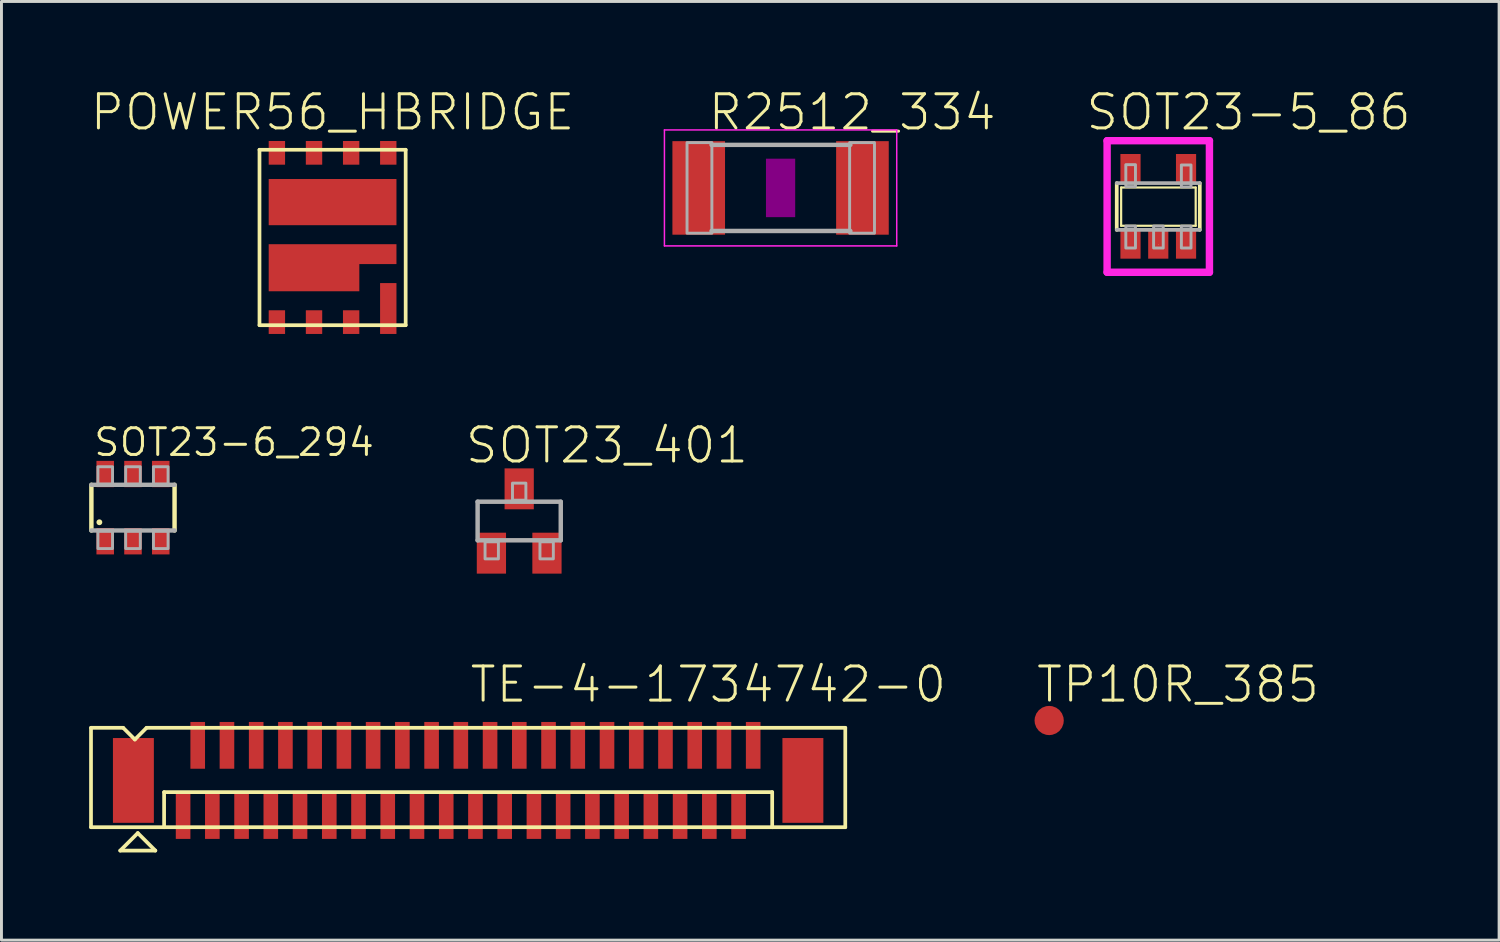
<source format=kicad_pcb>
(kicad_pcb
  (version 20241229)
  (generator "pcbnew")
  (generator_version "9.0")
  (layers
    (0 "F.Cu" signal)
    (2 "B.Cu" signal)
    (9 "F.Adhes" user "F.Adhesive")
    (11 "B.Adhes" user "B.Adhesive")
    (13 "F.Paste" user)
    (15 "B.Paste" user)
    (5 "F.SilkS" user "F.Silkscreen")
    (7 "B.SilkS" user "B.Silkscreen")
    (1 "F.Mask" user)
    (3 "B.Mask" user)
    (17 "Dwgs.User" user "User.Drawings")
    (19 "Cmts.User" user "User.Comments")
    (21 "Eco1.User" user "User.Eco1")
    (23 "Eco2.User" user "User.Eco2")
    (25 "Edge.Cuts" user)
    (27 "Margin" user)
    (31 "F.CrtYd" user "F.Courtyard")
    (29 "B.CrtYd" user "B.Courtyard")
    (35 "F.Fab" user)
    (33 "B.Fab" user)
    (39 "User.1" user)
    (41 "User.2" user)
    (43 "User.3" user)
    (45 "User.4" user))
  (footprint "TP10R_385"
    (layer "F.Cu")
    (at 32.837 21.595)
    (property "Reference" "TP10R_385" (at -0.5 -0.55 0) (unlocked yes) (layer "F.SilkS") (effects (font (size 1.168 1.168) (thickness 0.102)) (justify left bottom)))
    (pad "TP" smd roundrect (at 0 0) (size 1 1) (layers "F.Cu" "F.Mask") (roundrect_rratio 0.5)))
  (footprint "SOT23-5_86"
    (layer "F.Cu")
    (at 36.569 4.013)
    (property "Reference" "SOT23-5_86" (at -2.54 -2.54 0) (unlocked yes) (layer "F.SilkS") (effects (font (size 1.168 1.168) (thickness 0.102)) (justify left bottom)))
    (fp_line (start -1.42 0.8) (end -1.42 -0.8) (stroke (width 0.127) (type solid)) (layer "F.SilkS"))
    (fp_line (start -1.27 -0.65) (end 1.28 -0.65) (stroke (width 0.075) (type solid)) (layer "F.SilkS"))
    (fp_line (start -1.27 0.66) (end -1.27 -0.65) (stroke (width 0.075) (type solid)) (layer "F.SilkS"))
    (fp_line (start 0 1.29) (end 0 1.3) (stroke (width 0.01) (type solid)) (layer "F.SilkS"))
    (fp_line (start 1.28 -0.65) (end 1.28 0.66) (stroke (width 0.075) (type solid)) (layer "F.SilkS"))
    (fp_line (start 1.28 0.66) (end -1.27 0.66) (stroke (width 0.075) (type solid)) (layer "F.SilkS"))
    (fp_line (start 1.42 -0.8) (end 1.42 0.8) (stroke (width 0.127) (type solid)) (layer "F.SilkS"))
    (fp_line (start -1.75 -2.25) (end 1.75 -2.25) (stroke (width 0.254) (type solid)) (layer "F.CrtYd"))
    (fp_line (start -1.75 2.25) (end -1.75 -2.25) (stroke (width 0.254) (type solid)) (layer "F.CrtYd"))
    (fp_line (start 1.75 -2.25) (end 1.75 2.25) (stroke (width 0.254) (type solid)) (layer "F.CrtYd"))
    (fp_line (start 1.75 2.25) (end -1.75 2.25) (stroke (width 0.254) (type solid)) (layer "F.CrtYd"))
    (fp_line (start -1.42 -0.8) (end 1.42 -0.8) (stroke (width 0.127) (type solid)) (layer "F.Fab"))
    (fp_line (start 1.42 0.8) (end -1.42 0.8) (stroke (width 0.127) (type solid)) (layer "F.Fab"))
    (fp_poly (pts (xy -1.11 -0.68) (xy -0.78 -0.68) (xy -0.78 -1.43) (xy -1.11 -1.43)) (stroke (width 0.1) (type default)) (fill no) (layer "F.Fab"))
    (fp_poly (pts (xy -1.11 1.42) (xy -0.78 1.42) (xy -0.78 0.67) (xy -1.11 0.67)) (stroke (width 0.1) (type default)) (fill no) (layer "F.Fab"))
    (fp_poly (pts (xy -0.16 1.42) (xy 0.17 1.42) (xy 0.17 0.67) (xy -0.16 0.67)) (stroke (width 0.1) (type default)) (fill no) (layer "F.Fab"))
    (fp_poly (pts (xy 0.79 -0.67) (xy 1.12 -0.67) (xy 1.12 -1.42) (xy 0.79 -1.42)) (stroke (width 0.1) (type default)) (fill no) (layer "F.Fab"))
    (fp_poly (pts (xy 0.79 1.42) (xy 1.12 1.42) (xy 1.12 0.67) (xy 0.79 0.67)) (stroke (width 0.1) (type default)) (fill no) (layer "F.Fab"))
    (pad "1" smd rect (at -0.95 1.29) (size 0.69 0.99) (layers "F.Cu" "F.Mask" "F.Paste"))
    (pad "2" smd rect (at 0 1.29) (size 0.69 0.99) (layers "F.Cu" "F.Mask" "F.Paste"))
    (pad "3" smd rect (at 0.95 1.29) (size 0.69 0.99) (layers "F.Cu" "F.Mask" "F.Paste"))
    (pad "4" smd rect (at 0.95 -1.3) (size 0.69 0.99) (layers "F.Cu" "F.Mask" "F.Paste"))
    (pad "5" smd rect (at -0.95 -1.3) (size 0.69 0.99) (layers "F.Cu" "F.Mask" "F.Paste")))
  (footprint "SOT23-6_294"
    (layer "F.Cu")
    (at 1.499 14.314)
    (property "Reference" "SOT23-6_294" (at -1.397 -1.702 0) (unlocked yes) (layer "F.SilkS") (effects (font (size 0.914 0.914) (thickness 0.102)) (justify left bottom)))
    (fp_line (start -1.423 0.781) (end -1.423 -0.781) (stroke (width 0.152) (type solid)) (layer "F.SilkS"))
    (fp_line (start 1.422 -0.781) (end 1.422 0.781) (stroke (width 0.152) (type solid)) (layer "F.SilkS"))
    (fp_circle (center -1.15 0.5) (end -1.1 0.5) (stroke (width 0.1) (type solid)) (fill yes) (layer "F.SilkS"))
    (fp_line (start -1.423 -0.781) (end 1.422 -0.781) (stroke (width 0.152) (type solid)) (layer "F.Fab"))
    (fp_line (start 1.422 0.781) (end -1.423 0.781) (stroke (width 0.152) (type solid)) (layer "F.Fab"))
    (fp_poly (pts (xy -1.2 -0.8) (xy -0.7 -0.8) (xy -0.7 -1.4) (xy -1.2 -1.4)) (stroke (width 0.1) (type default)) (fill no) (layer "F.Fab"))
    (fp_poly (pts (xy -1.2 1.4) (xy -0.7 1.4) (xy -0.7 0.8) (xy -1.2 0.8)) (stroke (width 0.1) (type default)) (fill no) (layer "F.Fab"))
    (fp_poly (pts (xy -0.25 -0.8) (xy 0.25 -0.8) (xy 0.25 -1.4) (xy -0.25 -1.4)) (stroke (width 0.1) (type default)) (fill no) (layer "F.Fab"))
    (fp_poly (pts (xy -0.25 1.4) (xy 0.25 1.4) (xy 0.25 0.8) (xy -0.25 0.8)) (stroke (width 0.1) (type default)) (fill no) (layer "F.Fab"))
    (fp_poly (pts (xy 0.7 -0.8) (xy 1.2 -0.8) (xy 1.2 -1.4) (xy 0.7 -1.4)) (stroke (width 0.1) (type default)) (fill no) (layer "F.Fab"))
    (fp_poly (pts (xy 0.7 1.4) (xy 1.2 1.4) (xy 1.2 0.8) (xy 0.7 0.8)) (stroke (width 0.1) (type default)) (fill no) (layer "F.Fab"))
    (pad "1" smd rect (at -0.95 1.15) (size 0.6 0.9) (layers "F.Cu" "F.Mask" "F.Paste"))
    (pad "2" smd rect (at 0 1.15) (size 0.6 0.9) (layers "F.Cu" "F.Mask" "F.Paste"))
    (pad "3" smd rect (at 0.95 1.15) (size 0.6 0.9) (layers "F.Cu" "F.Mask" "F.Paste"))
    (pad "4" smd rect (at 0.95 -1.15) (size 0.6 0.9) (layers "F.Cu" "F.Mask" "F.Paste"))
    (pad "5" smd rect (at 0 -1.15) (size 0.6 0.9) (layers "F.Cu" "F.Mask" "F.Paste"))
    (pad "6" smd rect (at -0.95 -1.15) (size 0.6 0.9) (layers "F.Cu" "F.Mask" "F.Paste")))
  (footprint "R2512_334"
    (layer "F.Cu")
    (at 23.65 3.378)
    (property "Reference" "R2512_334" (at -2.54 -1.905 0) (unlocked yes) (layer "F.SilkS") (effects (font (size 1.168 1.168) (thickness 0.102)) (justify left bottom)))
    (fp_poly (pts (xy -0.5 1) (xy 0.5 1) (xy 0.5 -1) (xy -0.5 -1)) (stroke (width 0) (type default)) (fill yes) (layer "F.Adhes"))
    (fp_line (start -3.973 -1.983) (end 3.973 -1.983) (stroke (width 0.051) (type solid)) (layer "F.CrtYd"))
    (fp_line (start -3.973 1.983) (end -3.973 -1.983) (stroke (width 0.051) (type solid)) (layer "F.CrtYd"))
    (fp_line (start 3.973 -1.983) (end 3.973 1.983) (stroke (width 0.051) (type solid)) (layer "F.CrtYd"))
    (fp_line (start 3.973 1.983) (end -3.973 1.983) (stroke (width 0.051) (type solid)) (layer "F.CrtYd"))
    (fp_line (start -2.362 -1.473) (end 2.387 -1.473) (stroke (width 0.152) (type solid)) (layer "F.Fab"))
    (fp_line (start -2.362 1.473) (end 2.387 1.473) (stroke (width 0.152) (type solid)) (layer "F.Fab"))
    (fp_poly (pts (xy -3.2 1.549) (xy -2.35 1.549) (xy -2.35 -1.551) (xy -3.2 -1.551)) (stroke (width 0.1) (type default)) (fill no) (layer "F.Fab"))
    (fp_poly (pts (xy 2.362 1.549) (xy 3.212 1.549) (xy 3.212 -1.551) (xy 2.362 -1.551)) (stroke (width 0.1) (type default)) (fill no) (layer "F.Fab"))
    (pad "1" smd rect (at -2.8 0) (size 1.8 3.2) (layers "F.Cu" "F.Mask" "F.Paste"))
    (pad "2" smd rect (at 2.8 0) (size 1.8 3.2) (layers "F.Cu" "F.Mask" "F.Paste")))
  (footprint "SOT23_401"
    (layer "F.Cu")
    (at 14.709 14.771)
    (property "Reference" "SOT23_401" (at -1.905 -1.905 0) (unlocked yes) (layer "F.SilkS") (effects (font (size 1.168 1.168) (thickness 0.102)) (justify left bottom)))
    (fp_line (start -1.422 -0.66) (end 1.422 -0.66) (stroke (width 0.152) (type solid)) (layer "F.Fab"))
    (fp_line (start -1.422 0.66) (end -1.422 -0.66) (stroke (width 0.152) (type solid)) (layer "F.Fab"))
    (fp_line (start 1.422 -0.66) (end 1.422 0.66) (stroke (width 0.152) (type solid)) (layer "F.Fab"))
    (fp_line (start 1.422 0.66) (end -1.422 0.66) (stroke (width 0.152) (type solid)) (layer "F.Fab"))
    (fp_poly (pts (xy -1.168 1.295) (xy -0.711 1.295) (xy -0.711 0.711) (xy -1.168 0.711)) (stroke (width 0.1) (type default)) (fill no) (layer "F.Fab"))
    (fp_poly (pts (xy -0.229 -0.711) (xy 0.229 -0.711) (xy 0.229 -1.295) (xy -0.229 -1.295)) (stroke (width 0.1) (type default)) (fill no) (layer "F.Fab"))
    (fp_poly (pts (xy 0.711 1.295) (xy 1.168 1.295) (xy 1.168 0.711) (xy 0.711 0.711)) (stroke (width 0.1) (type default)) (fill no) (layer "F.Fab"))
    (pad "1" smd rect (at -0.95 1.1) (size 1 1.4) (layers "F.Cu" "F.Mask" "F.Paste"))
    (pad "2" smd rect (at 0.95 1.1) (size 1 1.4) (layers "F.Cu" "F.Mask" "F.Paste"))
    (pad "3" smd rect (at 0 -1.1) (size 1 1.4) (layers "F.Cu" "F.Mask" "F.Paste")))
  (footprint "POWER56_HBRIDGE"
    (layer "F.Cu")
    (at 8.326 5.073)
    (property "Reference" "POWER56_HBRIDGE" (at 0 -3.6 0) (unlocked yes) (layer "F.SilkS") (effects (font (size 1.168 1.168) (thickness 0.102)) (justify bottom)))
    (fp_poly (pts (xy 2.185 0.91) (xy 0.915 0.91) (xy 0.915 1.84) (xy -2.185 1.84) (xy -2.185 0.23) (xy 2.185 0.23)) (stroke (width 0) (type default)) (fill yes) (layer "F.Cu"))
    (fp_poly (pts (xy -2.21 -2.47) (xy -1.6 -2.47) (xy -1.6 -3.32) (xy -2.21 -3.32)) (stroke (width 0) (type default)) (fill yes) (layer "F.Mask"))
    (fp_poly (pts (xy -2.21 -0.4) (xy 2.21 -0.4) (xy 2.21 -2.02) (xy -2.21 -2.02)) (stroke (width 0) (type default)) (fill yes) (layer "F.Mask"))
    (fp_poly (pts (xy -2.21 1.86) (xy 0.94 1.86) (xy 0.94 0.21) (xy -2.21 0.21)) (stroke (width 0) (type default)) (fill yes) (layer "F.Mask"))
    (fp_poly (pts (xy -2.21 3.32) (xy -1.6 3.32) (xy -1.6 2.47) (xy -2.21 2.47)) (stroke (width 0) (type default)) (fill yes) (layer "F.Mask"))
    (fp_poly (pts (xy -0.94 -2.47) (xy -0.33 -2.47) (xy -0.33 -3.32) (xy -0.94 -3.32)) (stroke (width 0) (type default)) (fill yes) (layer "F.Mask"))
    (fp_poly (pts (xy -0.94 3.32) (xy -0.33 3.32) (xy -0.33 2.47) (xy -0.94 2.47)) (stroke (width 0) (type default)) (fill yes) (layer "F.Mask"))
    (fp_poly (pts (xy 0.33 -2.47) (xy 0.94 -2.47) (xy 0.94 -3.32) (xy 0.33 -3.32)) (stroke (width 0) (type default)) (fill yes) (layer "F.Mask"))
    (fp_poly (pts (xy 0.33 3.32) (xy 0.94 3.32) (xy 0.94 2.47) (xy 0.33 2.47)) (stroke (width 0) (type default)) (fill yes) (layer "F.Mask"))
    (fp_poly (pts (xy 0.94 0.93) (xy 2.21 0.93) (xy 2.21 0.21) (xy 0.94 0.21)) (stroke (width 0) (type default)) (fill yes) (layer "F.Mask"))
    (fp_poly (pts (xy 1.6 -2.47) (xy 2.21 -2.47) (xy 2.21 -3.32) (xy 1.6 -3.32)) (stroke (width 0) (type default)) (fill yes) (layer "F.Mask"))
    (fp_poly (pts (xy 1.6 3.32) (xy 2.21 3.32) (xy 2.21 1.54) (xy 1.6 1.54)) (stroke (width 0) (type default)) (fill yes) (layer "F.Mask"))
    (fp_line (start -2.5 -3) (end -2.5 3) (stroke (width 0.127) (type solid)) (layer "F.SilkS"))
    (fp_line (start -2.5 3) (end 2.5 3) (stroke (width 0.127) (type solid)) (layer "F.SilkS"))
    (fp_line (start 2.5 -3) (end -2.5 -3) (stroke (width 0.127) (type solid)) (layer "F.SilkS"))
    (fp_line (start 2.5 3) (end 2.5 -3) (stroke (width 0.127) (type solid)) (layer "F.SilkS"))
    (fp_poly (pts (xy -2.16 -2.51) (xy -1.65 -2.51) (xy -1.65 -3.28) (xy -2.16 -3.28)) (stroke (width 0) (type default)) (fill yes) (layer "F.Paste"))
    (fp_poly (pts (xy -2.16 3.28) (xy -1.65 3.28) (xy -1.65 2.51) (xy -2.16 2.51)) (stroke (width 0) (type default)) (fill yes) (layer "F.Paste"))
    (fp_poly (pts (xy -2.14 -0.46) (xy 2.14 -0.46) (xy 2.14 -1.96) (xy -2.14 -1.96)) (stroke (width 0) (type default)) (fill yes) (layer "F.Paste"))
    (fp_poly (pts (xy -2.14 1.8) (xy 0.87 1.8) (xy 0.87 0.27) (xy -2.14 0.27)) (stroke (width 0) (type default)) (fill yes) (layer "F.Paste"))
    (fp_poly (pts (xy -0.89 -2.51) (xy -0.38 -2.51) (xy -0.38 -3.28) (xy -0.89 -3.28)) (stroke (width 0) (type default)) (fill yes) (layer "F.Paste"))
    (fp_poly (pts (xy -0.89 3.28) (xy -0.38 3.28) (xy -0.38 2.51) (xy -0.89 2.51)) (stroke (width 0) (type default)) (fill yes) (layer "F.Paste"))
    (fp_poly (pts (xy 0.38 -2.51) (xy 0.89 -2.51) (xy 0.89 -3.28) (xy 0.38 -3.28)) (stroke (width 0) (type default)) (fill yes) (layer "F.Paste"))
    (fp_poly (pts (xy 0.38 3.28) (xy 0.89 3.28) (xy 0.89 2.51) (xy 0.38 2.51)) (stroke (width 0) (type default)) (fill yes) (layer "F.Paste"))
    (fp_poly (pts (xy 0.87 0.87) (xy 2.14 0.87) (xy 2.14 0.27) (xy 0.87 0.27)) (stroke (width 0) (type default)) (fill yes) (layer "F.Paste"))
    (fp_poly (pts (xy 1.65 -2.51) (xy 2.16 -2.51) (xy 2.16 -3.28) (xy 1.65 -3.28)) (stroke (width 0) (type default)) (fill yes) (layer "F.Paste"))
    (fp_poly (pts (xy 1.65 3.28) (xy 2.16 3.28) (xy 2.16 1.58) (xy 1.65 1.58)) (stroke (width 0) (type default)) (fill yes) (layer "F.Paste"))
    (pad "1" smd rect (at 1.905 -2.895) (size 0.56 0.81) (layers "F.Cu"))
    (pad "2" smd rect (at 0.635 -2.895) (size 0.56 0.81) (layers "F.Cu"))
    (pad "3" smd rect (at -0.635 -2.895) (size 0.56 0.81) (layers "F.Cu"))
    (pad "4" smd rect (at -1.905 -2.895) (size 0.56 0.81) (layers "F.Cu"))
    (pad "5" smd rect (at -1.905 2.895) (size 0.56 0.81) (layers "F.Cu"))
    (pad "6" smd rect (at -0.635 2.895) (size 0.56 0.81) (layers "F.Cu"))
    (pad "7" smd rect (at 0.635 2.895) (size 0.56 0.81) (layers "F.Cu"))
    (pad "8" smd rect (at 1.905 2.43) (size 0.56 1.74) (layers "F.Cu"))
    (pad "D1" smd rect (at 0 -1.21) (size 4.37 1.58) (layers "F.Cu"))
    (pad "S2" smd rect (at 0 1) (size 0.5 0.5) (layers "F.Cu")))
  (footprint "TE-4-1734742-0"
    (layer "F.Cu")
    (at 12.963 23.645)
    (property "Reference" "TE-4-1734742-0" (at 0 -2.6 0) (unlocked yes) (layer "F.SilkS") (effects (font (size 1.168 1.168) (thickness 0.102)) (justify left bottom)))
    (fp_line (start -12.9 -1.8) (end -12.9 1.6) (stroke (width 0.127) (type solid)) (layer "F.SilkS"))
    (fp_line (start -12.9 1.6) (end -10.4 1.6) (stroke (width 0.127) (type solid)) (layer "F.SilkS"))
    (fp_line (start -11.9 2.4) (end -11.3 1.8) (stroke (width 0.127) (type solid)) (layer "F.SilkS"))
    (fp_line (start -11.8 -1.8) (end -12.9 -1.8) (stroke (width 0.127) (type solid)) (layer "F.SilkS"))
    (fp_line (start -11.8 -1.8) (end -11.4 -1.4) (stroke (width 0.127) (type solid)) (layer "F.SilkS"))
    (fp_line (start -11.4 -1.4) (end -11 -1.8) (stroke (width 0.127) (type solid)) (layer "F.SilkS"))
    (fp_line (start -11.3 1.8) (end -10.7 2.4) (stroke (width 0.127) (type solid)) (layer "F.SilkS"))
    (fp_line (start -10.7 2.4) (end -11.9 2.4) (stroke (width 0.127) (type solid)) (layer "F.SilkS"))
    (fp_line (start -10.4 0.4) (end 10.4 0.4) (stroke (width 0.127) (type solid)) (layer "F.SilkS"))
    (fp_line (start -10.4 1.6) (end -10.4 0.4) (stroke (width 0.127) (type solid)) (layer "F.SilkS"))
    (fp_line (start -10.4 1.6) (end 10.4 1.6) (stroke (width 0.127) (type solid)) (layer "F.SilkS"))
    (fp_line (start 10.4 0.4) (end 10.4 1.6) (stroke (width 0.127) (type solid)) (layer "F.SilkS"))
    (fp_line (start 10.4 1.6) (end 12.9 1.6) (stroke (width 0.127) (type solid)) (layer "F.SilkS"))
    (fp_line (start 12.9 -1.8) (end -11 -1.8) (stroke (width 0.127) (type solid)) (layer "F.SilkS"))
    (fp_line (start 12.9 1.6) (end 12.9 -1.8) (stroke (width 0.127) (type solid)) (layer "F.SilkS"))
    (pad "1" smd rect (at -9.75 1.2) (size 0.5 1.6) (layers "F.Cu" "F.Mask" "F.Paste"))
    (pad "2" smd rect (at -9.25 -1.2) (size 0.5 1.6) (layers "F.Cu" "F.Mask" "F.Paste"))
    (pad "3" smd rect (at -8.75 1.2) (size 0.5 1.6) (layers "F.Cu" "F.Mask" "F.Paste"))
    (pad "4" smd rect (at -8.25 -1.2) (size 0.5 1.6) (layers "F.Cu" "F.Mask" "F.Paste"))
    (pad "5" smd rect (at -7.75 1.2) (size 0.5 1.6) (layers "F.Cu" "F.Mask" "F.Paste"))
    (pad "6" smd rect (at -7.25 -1.2) (size 0.5 1.6) (layers "F.Cu" "F.Mask" "F.Paste"))
    (pad "7" smd rect (at -6.75 1.2) (size 0.5 1.6) (layers "F.Cu" "F.Mask" "F.Paste"))
    (pad "8" smd rect (at -6.25 -1.2) (size 0.5 1.6) (layers "F.Cu" "F.Mask" "F.Paste"))
    (pad "9" smd rect (at -5.75 1.2) (size 0.5 1.6) (layers "F.Cu" "F.Mask" "F.Paste"))
    (pad "10" smd rect (at -5.25 -1.2) (size 0.5 1.6) (layers "F.Cu" "F.Mask" "F.Paste"))
    (pad "11" smd rect (at -4.75 1.2) (size 0.5 1.6) (layers "F.Cu" "F.Mask" "F.Paste"))
    (pad "12" smd rect (at -4.25 -1.2) (size 0.5 1.6) (layers "F.Cu" "F.Mask" "F.Paste"))
    (pad "13" smd rect (at -3.75 1.2) (size 0.5 1.6) (layers "F.Cu" "F.Mask" "F.Paste"))
    (pad "14" smd rect (at -3.25 -1.2) (size 0.5 1.6) (layers "F.Cu" "F.Mask" "F.Paste"))
    (pad "15" smd rect (at -2.75 1.2) (size 0.5 1.6) (layers "F.Cu" "F.Mask" "F.Paste"))
    (pad "16" smd rect (at -2.25 -1.2) (size 0.5 1.6) (layers "F.Cu" "F.Mask" "F.Paste"))
    (pad "17" smd rect (at -1.75 1.2) (size 0.5 1.6) (layers "F.Cu" "F.Mask" "F.Paste"))
    (pad "18" smd rect (at -1.25 -1.2) (size 0.5 1.6) (layers "F.Cu" "F.Mask" "F.Paste"))
    (pad "19" smd rect (at -0.75 1.2) (size 0.5 1.6) (layers "F.Cu" "F.Mask" "F.Paste"))
    (pad "20" smd rect (at -0.25 -1.2) (size 0.5 1.6) (layers "F.Cu" "F.Mask" "F.Paste"))
    (pad "21" smd rect (at 0.25 1.2) (size 0.5 1.6) (layers "F.Cu" "F.Mask" "F.Paste"))
    (pad "22" smd rect (at 0.75 -1.2) (size 0.5 1.6) (layers "F.Cu" "F.Mask" "F.Paste"))
    (pad "23" smd rect (at 1.25 1.2) (size 0.5 1.6) (layers "F.Cu" "F.Mask" "F.Paste"))
    (pad "24" smd rect (at 1.75 -1.2) (size 0.5 1.6) (layers "F.Cu" "F.Mask" "F.Paste"))
    (pad "25" smd rect (at 2.25 1.2) (size 0.5 1.6) (layers "F.Cu" "F.Mask" "F.Paste"))
    (pad "26" smd rect (at 2.75 -1.2) (size 0.5 1.6) (layers "F.Cu" "F.Mask" "F.Paste"))
    (pad "27" smd rect (at 3.25 1.2) (size 0.5 1.6) (layers "F.Cu" "F.Mask" "F.Paste"))
    (pad "28" smd rect (at 3.75 -1.2) (size 0.5 1.6) (layers "F.Cu" "F.Mask" "F.Paste"))
    (pad "29" smd rect (at 4.25 1.2) (size 0.5 1.6) (layers "F.Cu" "F.Mask" "F.Paste"))
    (pad "30" smd rect (at 4.75 -1.2) (size 0.5 1.6) (layers "F.Cu" "F.Mask" "F.Paste"))
    (pad "31" smd rect (at 5.25 1.2) (size 0.5 1.6) (layers "F.Cu" "F.Mask" "F.Paste"))
    (pad "32" smd rect (at 5.75 -1.2) (size 0.5 1.6) (layers "F.Cu" "F.Mask" "F.Paste"))
    (pad "33" smd rect (at 6.25 1.2) (size 0.5 1.6) (layers "F.Cu" "F.Mask" "F.Paste"))
    (pad "34" smd rect (at 6.75 -1.2) (size 0.5 1.6) (layers "F.Cu" "F.Mask" "F.Paste"))
    (pad "35" smd rect (at 7.25 1.2) (size 0.5 1.6) (layers "F.Cu" "F.Mask" "F.Paste"))
    (pad "36" smd rect (at 7.75 -1.2) (size 0.5 1.6) (layers "F.Cu" "F.Mask" "F.Paste"))
    (pad "37" smd rect (at 8.25 1.2) (size 0.5 1.6) (layers "F.Cu" "F.Mask" "F.Paste"))
    (pad "38" smd rect (at 8.75 -1.2) (size 0.5 1.6) (layers "F.Cu" "F.Mask" "F.Paste"))
    (pad "39" smd rect (at 9.25 1.2) (size 0.5 1.6) (layers "F.Cu" "F.Mask" "F.Paste"))
    (pad "40" smd rect (at 9.75 -1.2) (size 0.5 1.6) (layers "F.Cu" "F.Mask" "F.Paste"))
    (pad "P1" smd rect (at -11.45 0) (size 1.4 2.9) (layers "F.Cu" "F.Mask" "F.Paste"))
    (pad "P2" smd rect (at 11.45 0) (size 1.4 2.9) (layers "F.Cu" "F.Mask" "F.Paste")))
  (gr_rect
    (start -3 -3)
    (end 48.227 29.108)
    (stroke (width 0.1) (type default))
    (fill no)
    (layer "Edge.Cuts")))
</source>
